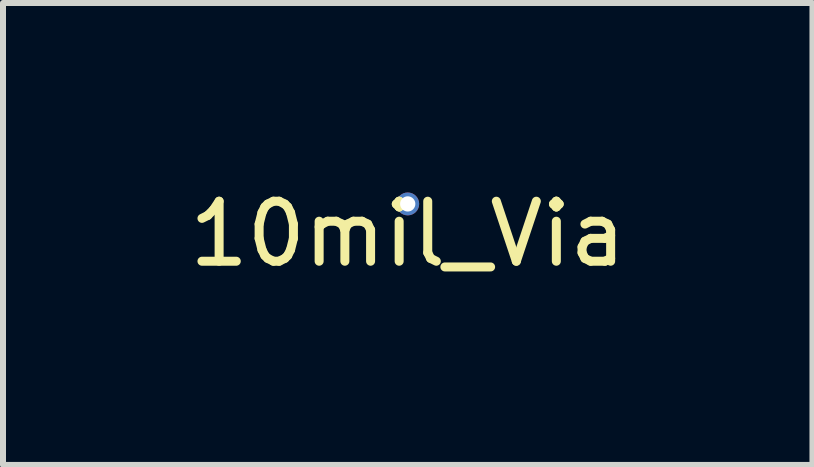
<source format=kicad_pcb>
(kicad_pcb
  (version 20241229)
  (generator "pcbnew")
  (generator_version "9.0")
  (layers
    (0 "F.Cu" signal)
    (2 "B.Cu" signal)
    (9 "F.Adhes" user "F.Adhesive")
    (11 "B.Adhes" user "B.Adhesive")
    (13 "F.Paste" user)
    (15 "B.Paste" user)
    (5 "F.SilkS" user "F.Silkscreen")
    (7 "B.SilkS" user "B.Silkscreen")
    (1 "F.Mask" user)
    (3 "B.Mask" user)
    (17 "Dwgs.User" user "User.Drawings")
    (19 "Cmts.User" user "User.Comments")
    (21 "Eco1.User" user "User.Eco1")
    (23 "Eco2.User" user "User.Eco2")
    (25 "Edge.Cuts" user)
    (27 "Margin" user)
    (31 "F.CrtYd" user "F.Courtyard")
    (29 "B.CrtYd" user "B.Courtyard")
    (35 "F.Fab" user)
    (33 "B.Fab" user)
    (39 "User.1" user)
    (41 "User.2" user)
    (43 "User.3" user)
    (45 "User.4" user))
  (footprint "10mil_Via"
    (layer "F.Cu")
    (at 3.744 0.348)
    (property "Reference" "10mil_Via" (at 0 0.5 0) (layer "F.SilkS") (effects (font (size 1 1) (thickness 0.15))))
    (attr through_hole)
    (pad "1" thru_hole circle (at 0 0) (size 0.381 0.381) (drill 0.254) (layers "*.Cu" "*.Mask")))
  (gr_rect
    (start -3 -3)
    (end 10.488 4.697)
    (stroke (width 0.1) (type default))
    (fill no)
    (layer "Edge.Cuts")))
</source>
